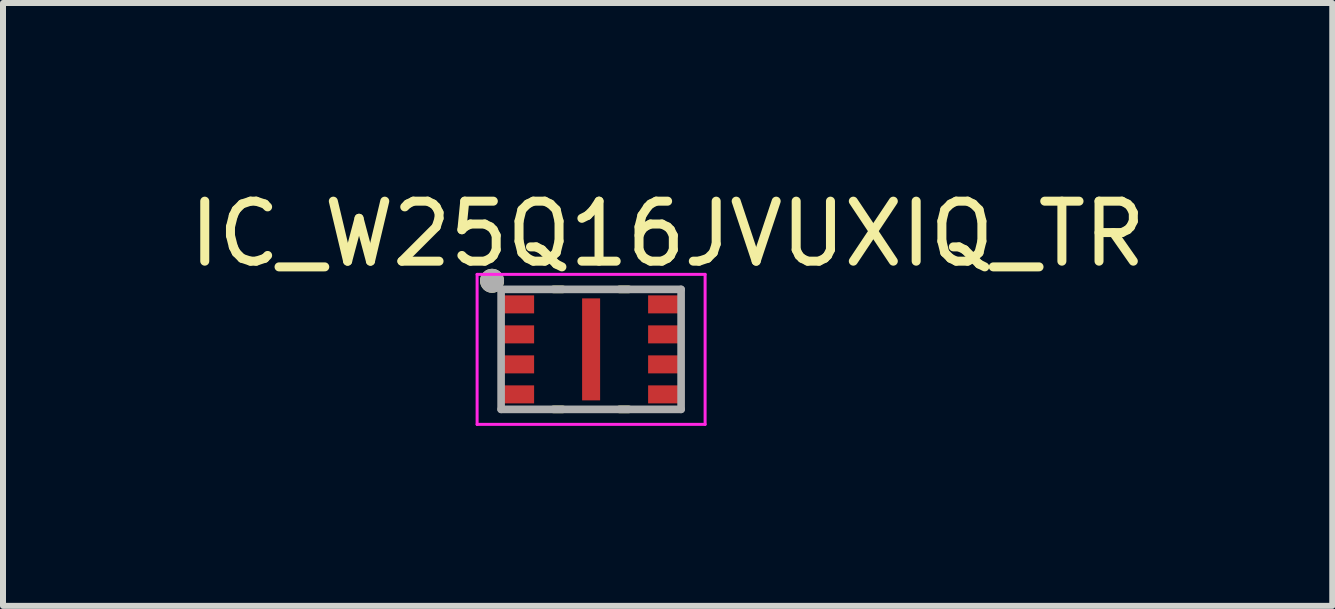
<source format=kicad_pcb>
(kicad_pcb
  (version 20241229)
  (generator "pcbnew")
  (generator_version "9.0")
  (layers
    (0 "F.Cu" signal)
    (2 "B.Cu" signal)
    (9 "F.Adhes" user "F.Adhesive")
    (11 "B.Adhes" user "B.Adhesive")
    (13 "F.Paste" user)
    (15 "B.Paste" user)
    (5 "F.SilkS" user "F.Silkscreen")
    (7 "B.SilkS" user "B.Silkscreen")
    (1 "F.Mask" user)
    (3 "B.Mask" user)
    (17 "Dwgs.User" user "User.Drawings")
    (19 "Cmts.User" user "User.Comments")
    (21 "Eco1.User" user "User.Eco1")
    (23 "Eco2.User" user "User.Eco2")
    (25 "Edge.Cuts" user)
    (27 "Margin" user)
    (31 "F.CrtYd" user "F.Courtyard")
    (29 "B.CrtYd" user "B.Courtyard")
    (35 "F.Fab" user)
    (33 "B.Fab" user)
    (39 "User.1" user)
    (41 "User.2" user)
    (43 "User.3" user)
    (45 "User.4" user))
  (footprint "IC_W25Q16JVUXIQ_TR"
    (layer "F.Cu")
    (at 6.802 2.773)
    (property "Reference" "IC_W25Q16JVUXIQ_TR" (at 1.275 -1.925 0) (layer "F.SilkS") (effects (font (size 1 1) (thickness 0.15))))
    (attr smd)
    (fp_line (start -0.63 -1) (end -0.47 -1) (stroke (width 0.127) (type solid)) (layer "F.SilkS"))
    (fp_line (start -0.63 1) (end -0.47 1) (stroke (width 0.127) (type solid)) (layer "F.SilkS"))
    (fp_line (start 0.63 -1) (end 0.47 -1) (stroke (width 0.127) (type solid)) (layer "F.SilkS"))
    (fp_line (start 0.63 1) (end 0.47 1) (stroke (width 0.127) (type solid)) (layer "F.SilkS"))
    (fp_circle (center -1.651 -1.143) (end -1.551 -1.143) (stroke (width 0.2) (type solid)) (fill no) (layer "F.SilkS"))
    (fp_poly (pts (xy -1.65 -0.85) (xy -1.1 -0.85) (xy -1.1 -0.65) (xy -1.65 -0.65)) (stroke (width 0.01) (type solid)) (fill yes) (layer "F.Paste"))
    (fp_poly (pts (xy -1.65 -0.35) (xy -1.1 -0.35) (xy -1.1 -0.15) (xy -1.65 -0.15)) (stroke (width 0.01) (type solid)) (fill yes) (layer "F.Paste"))
    (fp_poly (pts (xy -1.65 0.15) (xy -1.1 0.15) (xy -1.1 0.35) (xy -1.65 0.35)) (stroke (width 0.01) (type solid)) (fill yes) (layer "F.Paste"))
    (fp_poly (pts (xy -1.65 0.65) (xy -1.1 0.65) (xy -1.1 0.85) (xy -1.65 0.85)) (stroke (width 0.01) (type solid)) (fill yes) (layer "F.Paste"))
    (fp_poly (pts (xy -0.1 -0.6) (xy 0.1 -0.6) (xy 0.1 -0.1) (xy -0.1 -0.1)) (stroke (width 0.01) (type solid)) (fill yes) (layer "F.Paste"))
    (fp_poly (pts (xy -0.1 0.1) (xy 0.1 0.1) (xy 0.1 0.6) (xy -0.1 0.6)) (stroke (width 0.01) (type solid)) (fill yes) (layer "F.Paste"))
    (fp_poly (pts (xy 1.1 -0.85) (xy 1.65 -0.85) (xy 1.65 -0.65) (xy 1.1 -0.65)) (stroke (width 0.01) (type solid)) (fill yes) (layer "F.Paste"))
    (fp_poly (pts (xy 1.1 -0.35) (xy 1.65 -0.35) (xy 1.65 -0.15) (xy 1.1 -0.15)) (stroke (width 0.01) (type solid)) (fill yes) (layer "F.Paste"))
    (fp_poly (pts (xy 1.1 0.15) (xy 1.65 0.15) (xy 1.65 0.35) (xy 1.1 0.35)) (stroke (width 0.01) (type solid)) (fill yes) (layer "F.Paste"))
    (fp_poly (pts (xy 1.1 0.65) (xy 1.65 0.65) (xy 1.65 0.85) (xy 1.1 0.85)) (stroke (width 0.01) (type solid)) (fill yes) (layer "F.Paste"))
    (fp_line (start -1.9 -1.25) (end -1.9 1.25) (stroke (width 0.05) (type solid)) (layer "F.CrtYd"))
    (fp_line (start -1.9 1.25) (end 1.9 1.25) (stroke (width 0.05) (type solid)) (layer "F.CrtYd"))
    (fp_line (start 1.9 -1.25) (end -1.9 -1.25) (stroke (width 0.05) (type solid)) (layer "F.CrtYd"))
    (fp_line (start 1.9 1.25) (end 1.9 -1.25) (stroke (width 0.05) (type solid)) (layer "F.CrtYd"))
    (fp_line (start -1.5 -1) (end 1.5 -1) (stroke (width 0.127) (type solid)) (layer "F.Fab"))
    (fp_line (start -1.5 1) (end -1.5 -1) (stroke (width 0.127) (type solid)) (layer "F.Fab"))
    (fp_line (start 1.5 -1) (end 1.5 1) (stroke (width 0.127) (type solid)) (layer "F.Fab"))
    (fp_line (start 1.5 1) (end -1.5 1) (stroke (width 0.127) (type solid)) (layer "F.Fab"))
    (fp_circle (center -1.651 -1.143) (end -1.551 -1.143) (stroke (width 0.2) (type solid)) (fill no) (layer "F.Fab"))
    (pad "1" smd rect (at -1.25 -0.75) (size 0.6 0.3) (layers "F.Cu" "F.Mask"))
    (pad "2" smd rect (at -1.25 -0.25) (size 0.6 0.3) (layers "F.Cu" "F.Mask"))
    (pad "3" smd rect (at -1.25 0.25) (size 0.6 0.3) (layers "F.Cu" "F.Mask"))
    (pad "4" smd rect (at -1.25 0.75) (size 0.6 0.3) (layers "F.Cu" "F.Mask"))
    (pad "5" smd rect (at 1.25 0.75) (size 0.6 0.3) (layers "F.Cu" "F.Mask"))
    (pad "6" smd rect (at 1.25 0.25) (size 0.6 0.3) (layers "F.Cu" "F.Mask"))
    (pad "7" smd rect (at 1.25 -0.25) (size 0.6 0.3) (layers "F.Cu" "F.Mask"))
    (pad "8" smd rect (at 1.25 -0.75) (size 0.6 0.3) (layers "F.Cu" "F.Mask"))
    (pad "9" smd rect (at 0 0) (size 0.3 1.7) (layers "F.Cu" "F.Mask")))
  (gr_rect
    (start -3 -3)
    (end 19.155 7.048)
    (stroke (width 0.1) (type default))
    (fill no)
    (layer "Edge.Cuts")))
</source>
